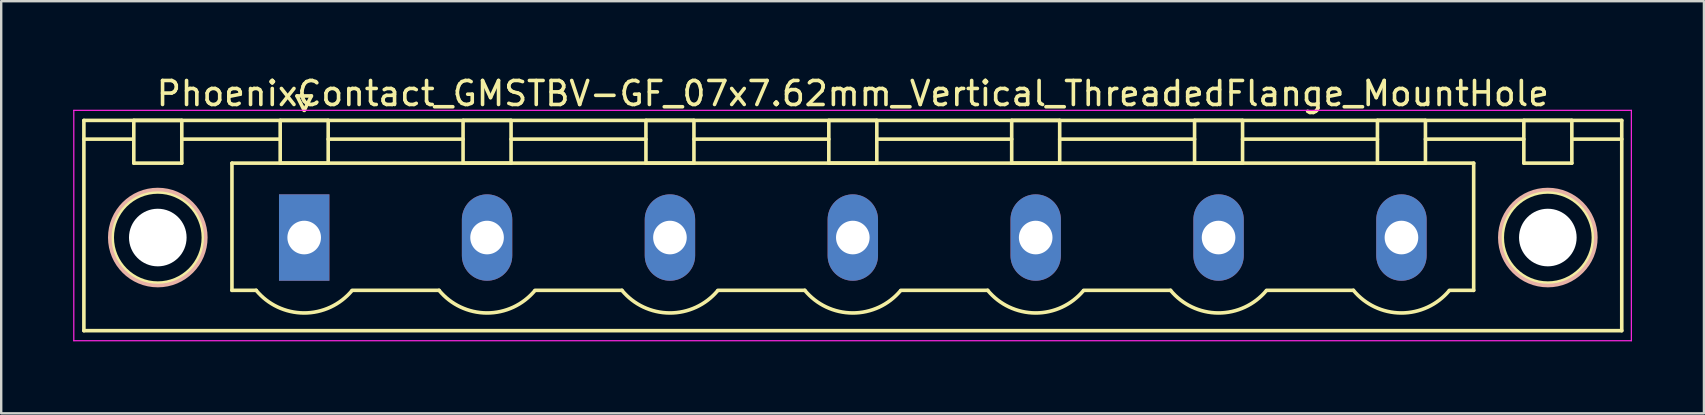
<source format=kicad_pcb>
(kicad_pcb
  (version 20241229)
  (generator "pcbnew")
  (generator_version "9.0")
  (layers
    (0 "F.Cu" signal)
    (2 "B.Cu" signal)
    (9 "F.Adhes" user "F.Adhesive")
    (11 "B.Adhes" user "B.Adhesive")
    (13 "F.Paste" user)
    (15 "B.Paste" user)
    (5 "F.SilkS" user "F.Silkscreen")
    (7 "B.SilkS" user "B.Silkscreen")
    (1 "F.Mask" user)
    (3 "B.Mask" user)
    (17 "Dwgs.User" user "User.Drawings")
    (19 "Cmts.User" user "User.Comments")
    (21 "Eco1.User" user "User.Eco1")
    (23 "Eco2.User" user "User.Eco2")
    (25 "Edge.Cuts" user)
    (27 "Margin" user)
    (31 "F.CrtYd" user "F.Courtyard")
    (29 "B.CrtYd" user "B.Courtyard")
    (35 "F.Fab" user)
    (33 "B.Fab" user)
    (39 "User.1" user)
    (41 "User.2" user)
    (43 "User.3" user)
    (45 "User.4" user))
  (footprint "PhoenixContact_GMSTBV-GF_07x7.62mm_Vertical_ThreadedFlange_MountHole"
    (layer "F.Cu")
    (at 9.625 6.848)
    (property "Reference" "PhoenixContact_GMSTBV-GF_07x7.62mm_Vertical_ThreadedFlange_MountHole" (at 22.86 -6 0) (layer "F.SilkS") (effects (font (size 1 1) (thickness 0.15))))
    (attr through_hole)
    (fp_line (start -9.18 -4.88) (end -9.18 3.88) (stroke (width 0.15) (type solid)) (layer "F.SilkS"))
    (fp_line (start -9.18 -4.1) (end -7.18 -4.1) (stroke (width 0.15) (type solid)) (layer "F.SilkS"))
    (fp_line (start -9.18 3.88) (end 54.9 3.88) (stroke (width 0.15) (type solid)) (layer "F.SilkS"))
    (fp_line (start -7.1 -4.88) (end -5.1 -4.88) (stroke (width 0.15) (type solid)) (layer "F.SilkS"))
    (fp_line (start -7.1 -3.1) (end -7.1 -4.88) (stroke (width 0.15) (type solid)) (layer "F.SilkS"))
    (fp_line (start -5.1 -4.88) (end -5.1 -3.1) (stroke (width 0.15) (type solid)) (layer "F.SilkS"))
    (fp_line (start -5.1 -4.1) (end -1 -4.1) (stroke (width 0.15) (type solid)) (layer "F.SilkS"))
    (fp_line (start -5.1 -3.1) (end -7.1 -3.1) (stroke (width 0.15) (type solid)) (layer "F.SilkS"))
    (fp_line (start -3.01 -3.1) (end 48.73 -3.1) (stroke (width 0.15) (type solid)) (layer "F.SilkS"))
    (fp_line (start -3.01 2.2) (end -3.01 -3.1) (stroke (width 0.15) (type solid)) (layer "F.SilkS"))
    (fp_line (start -2 2.2) (end -3.01 2.2) (stroke (width 0.15) (type solid)) (layer "F.SilkS"))
    (fp_line (start -1 -4.88) (end 1 -4.88) (stroke (width 0.15) (type solid)) (layer "F.SilkS"))
    (fp_line (start -1 -3.1) (end -1 -4.88) (stroke (width 0.15) (type solid)) (layer "F.SilkS"))
    (fp_line (start -0.3 -5.9) (end 0 -5.3) (stroke (width 0.15) (type solid)) (layer "F.SilkS"))
    (fp_line (start 0 -5.3) (end 0.3 -5.9) (stroke (width 0.15) (type solid)) (layer "F.SilkS"))
    (fp_line (start 0.3 -5.9) (end -0.3 -5.9) (stroke (width 0.15) (type solid)) (layer "F.SilkS"))
    (fp_line (start 1 -4.88) (end 1 -3.1) (stroke (width 0.15) (type solid)) (layer "F.SilkS"))
    (fp_line (start 1 -4.1) (end 6.62 -4.1) (stroke (width 0.15) (type solid)) (layer "F.SilkS"))
    (fp_line (start 1 -3.1) (end -1 -3.1) (stroke (width 0.15) (type solid)) (layer "F.SilkS"))
    (fp_line (start 2 2.2) (end 5.62 2.2) (stroke (width 0.15) (type solid)) (layer "F.SilkS"))
    (fp_line (start 6.62 -4.88) (end 8.62 -4.88) (stroke (width 0.15) (type solid)) (layer "F.SilkS"))
    (fp_line (start 6.62 -3.1) (end 6.62 -4.88) (stroke (width 0.15) (type solid)) (layer "F.SilkS"))
    (fp_line (start 8.62 -4.88) (end 8.62 -3.1) (stroke (width 0.15) (type solid)) (layer "F.SilkS"))
    (fp_line (start 8.62 -4.1) (end 14.24 -4.1) (stroke (width 0.15) (type solid)) (layer "F.SilkS"))
    (fp_line (start 8.62 -3.1) (end 6.62 -3.1) (stroke (width 0.15) (type solid)) (layer "F.SilkS"))
    (fp_line (start 9.62 2.2) (end 13.24 2.2) (stroke (width 0.15) (type solid)) (layer "F.SilkS"))
    (fp_line (start 14.24 -4.88) (end 16.24 -4.88) (stroke (width 0.15) (type solid)) (layer "F.SilkS"))
    (fp_line (start 14.24 -3.1) (end 14.24 -4.88) (stroke (width 0.15) (type solid)) (layer "F.SilkS"))
    (fp_line (start 16.24 -4.88) (end 16.24 -3.1) (stroke (width 0.15) (type solid)) (layer "F.SilkS"))
    (fp_line (start 16.24 -4.1) (end 21.86 -4.1) (stroke (width 0.15) (type solid)) (layer "F.SilkS"))
    (fp_line (start 16.24 -3.1) (end 14.24 -3.1) (stroke (width 0.15) (type solid)) (layer "F.SilkS"))
    (fp_line (start 17.24 2.2) (end 20.86 2.2) (stroke (width 0.15) (type solid)) (layer "F.SilkS"))
    (fp_line (start 21.86 -4.88) (end 23.86 -4.88) (stroke (width 0.15) (type solid)) (layer "F.SilkS"))
    (fp_line (start 21.86 -3.1) (end 21.86 -4.88) (stroke (width 0.15) (type solid)) (layer "F.SilkS"))
    (fp_line (start 23.86 -4.88) (end 23.86 -3.1) (stroke (width 0.15) (type solid)) (layer "F.SilkS"))
    (fp_line (start 23.86 -4.1) (end 29.48 -4.1) (stroke (width 0.15) (type solid)) (layer "F.SilkS"))
    (fp_line (start 23.86 -3.1) (end 21.86 -3.1) (stroke (width 0.15) (type solid)) (layer "F.SilkS"))
    (fp_line (start 24.86 2.2) (end 28.48 2.2) (stroke (width 0.15) (type solid)) (layer "F.SilkS"))
    (fp_line (start 29.48 -4.88) (end 31.48 -4.88) (stroke (width 0.15) (type solid)) (layer "F.SilkS"))
    (fp_line (start 29.48 -3.1) (end 29.48 -4.88) (stroke (width 0.15) (type solid)) (layer "F.SilkS"))
    (fp_line (start 31.48 -4.88) (end 31.48 -3.1) (stroke (width 0.15) (type solid)) (layer "F.SilkS"))
    (fp_line (start 31.48 -4.1) (end 37.1 -4.1) (stroke (width 0.15) (type solid)) (layer "F.SilkS"))
    (fp_line (start 31.48 -3.1) (end 29.48 -3.1) (stroke (width 0.15) (type solid)) (layer "F.SilkS"))
    (fp_line (start 32.48 2.2) (end 36.1 2.2) (stroke (width 0.15) (type solid)) (layer "F.SilkS"))
    (fp_line (start 37.1 -4.88) (end 39.1 -4.88) (stroke (width 0.15) (type solid)) (layer "F.SilkS"))
    (fp_line (start 37.1 -3.1) (end 37.1 -4.88) (stroke (width 0.15) (type solid)) (layer "F.SilkS"))
    (fp_line (start 39.1 -4.88) (end 39.1 -3.1) (stroke (width 0.15) (type solid)) (layer "F.SilkS"))
    (fp_line (start 39.1 -4.1) (end 44.72 -4.1) (stroke (width 0.15) (type solid)) (layer "F.SilkS"))
    (fp_line (start 39.1 -3.1) (end 37.1 -3.1) (stroke (width 0.15) (type solid)) (layer "F.SilkS"))
    (fp_line (start 40.1 2.2) (end 43.72 2.2) (stroke (width 0.15) (type solid)) (layer "F.SilkS"))
    (fp_line (start 44.72 -4.88) (end 46.72 -4.88) (stroke (width 0.15) (type solid)) (layer "F.SilkS"))
    (fp_line (start 44.72 -3.1) (end 44.72 -4.88) (stroke (width 0.15) (type solid)) (layer "F.SilkS"))
    (fp_line (start 46.72 -4.88) (end 46.72 -3.1) (stroke (width 0.15) (type solid)) (layer "F.SilkS"))
    (fp_line (start 46.72 -4.1) (end 50.82 -4.1) (stroke (width 0.15) (type solid)) (layer "F.SilkS"))
    (fp_line (start 46.72 -3.1) (end 44.72 -3.1) (stroke (width 0.15) (type solid)) (layer "F.SilkS"))
    (fp_line (start 48.73 -3.1) (end 48.73 2.2) (stroke (width 0.15) (type solid)) (layer "F.SilkS"))
    (fp_line (start 48.73 2.2) (end 47.72 2.2) (stroke (width 0.15) (type solid)) (layer "F.SilkS"))
    (fp_line (start 50.82 -4.88) (end 52.82 -4.88) (stroke (width 0.15) (type solid)) (layer "F.SilkS"))
    (fp_line (start 50.82 -3.1) (end 50.82 -4.88) (stroke (width 0.15) (type solid)) (layer "F.SilkS"))
    (fp_line (start 52.82 -4.88) (end 52.82 -3.1) (stroke (width 0.15) (type solid)) (layer "F.SilkS"))
    (fp_line (start 52.82 -3.1) (end 50.82 -3.1) (stroke (width 0.15) (type solid)) (layer "F.SilkS"))
    (fp_line (start 54.9 -4.88) (end -9.18 -4.88) (stroke (width 0.15) (type solid)) (layer "F.SilkS"))
    (fp_line (start 54.9 -4.1) (end 52.9 -4.1) (stroke (width 0.15) (type solid)) (layer "F.SilkS"))
    (fp_line (start 54.9 3.88) (end 54.9 -4.88) (stroke (width 0.15) (type solid)) (layer "F.SilkS"))
    (fp_arc (start 1.986842 2.215821) (mid -0.010289 3.142758) (end -2 2.2) (stroke (width 0.15) (type solid)) (layer "F.SilkS"))
    (fp_arc (start 9.606842 2.215821) (mid 7.609711 3.142758) (end 5.62 2.2) (stroke (width 0.15) (type solid)) (layer "F.SilkS"))
    (fp_arc (start 17.226842 2.215821) (mid 15.229711 3.142758) (end 13.24 2.2) (stroke (width 0.15) (type solid)) (layer "F.SilkS"))
    (fp_arc (start 24.846842 2.215821) (mid 22.849711 3.142758) (end 20.86 2.2) (stroke (width 0.15) (type solid)) (layer "F.SilkS"))
    (fp_arc (start 32.466842 2.215821) (mid 30.469711 3.142758) (end 28.48 2.2) (stroke (width 0.15) (type solid)) (layer "F.SilkS"))
    (fp_arc (start 40.086842 2.215821) (mid 38.089711 3.142758) (end 36.1 2.2) (stroke (width 0.15) (type solid)) (layer "F.SilkS"))
    (fp_arc (start 47.706842 2.215821) (mid 45.709711 3.142758) (end 43.72 2.2) (stroke (width 0.15) (type solid)) (layer "F.SilkS"))
    (fp_circle (center -6.1 0) (end -4.2 0) (stroke (width 0.15) (type solid)) (fill no) (layer "F.SilkS"))
    (fp_circle (center 51.82 0) (end 53.72 0) (stroke (width 0.15) (type solid)) (fill no) (layer "F.SilkS"))
    (fp_circle (center -6.1 0) (end -4.1 0) (stroke (width 0.15) (type solid)) (fill no) (layer "B.SilkS"))
    (fp_circle (center 51.82 0) (end 53.82 0) (stroke (width 0.15) (type solid)) (fill no) (layer "B.SilkS"))
    (fp_line (start -9.6 -5.3) (end -9.6 4.3) (stroke (width 0.05) (type solid)) (layer "F.CrtYd"))
    (fp_line (start -9.6 4.3) (end 55.3 4.3) (stroke (width 0.05) (type solid)) (layer "F.CrtYd"))
    (fp_line (start 55.3 -5.3) (end -9.6 -5.3) (stroke (width 0.05) (type solid)) (layer "F.CrtYd"))
    (fp_line (start 55.3 4.3) (end 55.3 -5.3) (stroke (width 0.05) (type solid)) (layer "F.CrtYd"))
    (pad "" np_thru_hole circle (at -6.1 0) (size 2.4 2.4) (drill 2.4) (layers "*.Cu" "*.Mask"))
    (pad "" np_thru_hole circle (at 51.82 0) (size 2.4 2.4) (drill 2.4) (layers "*.Cu" "*.Mask"))
    (pad "1" thru_hole rect (at 0 0) (size 2.1 3.6) (drill 1.4) (layers "*.Cu" "*.Mask"))
    (pad "2" thru_hole oval (at 7.62 0) (size 2.1 3.6) (drill 1.4) (layers "*.Cu" "*.Mask"))
    (pad "3" thru_hole oval (at 15.24 0) (size 2.1 3.6) (drill 1.4) (layers "*.Cu" "*.Mask"))
    (pad "4" thru_hole oval (at 22.86 0) (size 2.1 3.6) (drill 1.4) (layers "*.Cu" "*.Mask"))
    (pad "5" thru_hole oval (at 30.48 0) (size 2.1 3.6) (drill 1.4) (layers "*.Cu" "*.Mask"))
    (pad "6" thru_hole oval (at 38.1 0) (size 2.1 3.6) (drill 1.4) (layers "*.Cu" "*.Mask"))
    (pad "7" thru_hole oval (at 45.72 0) (size 2.1 3.6) (drill 1.4) (layers "*.Cu" "*.Mask")))
  (gr_rect
    (start -3 -3)
    (end 67.95 14.173)
    (stroke (width 0.1) (type default))
    (fill no)
    (layer "Edge.Cuts")))
</source>
